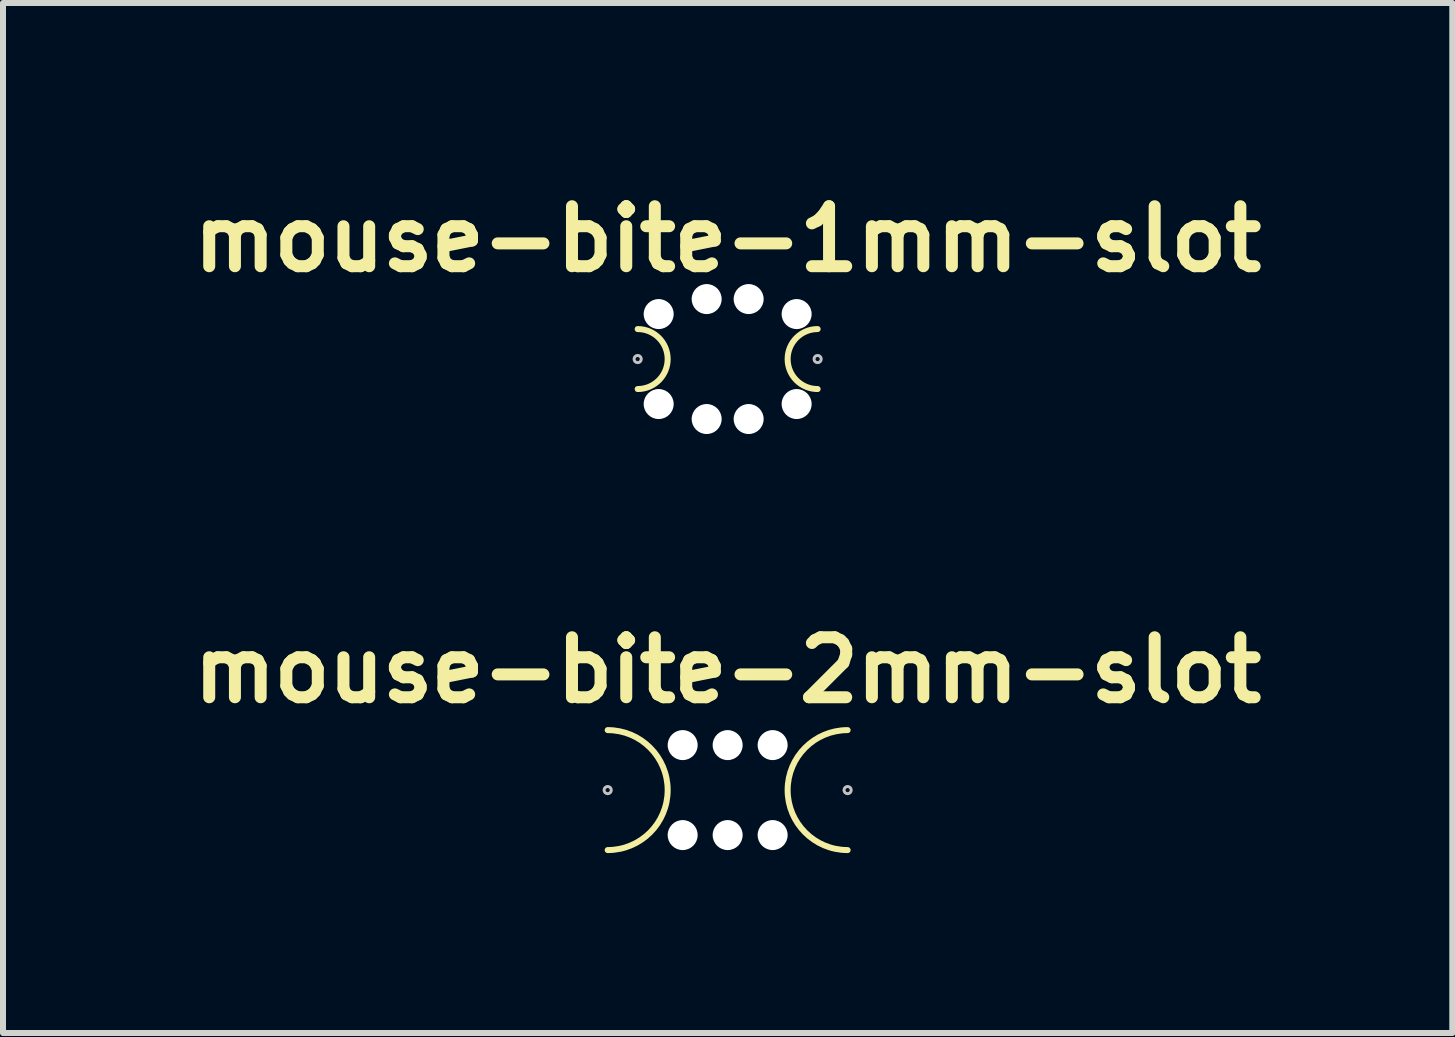
<source format=kicad_pcb>
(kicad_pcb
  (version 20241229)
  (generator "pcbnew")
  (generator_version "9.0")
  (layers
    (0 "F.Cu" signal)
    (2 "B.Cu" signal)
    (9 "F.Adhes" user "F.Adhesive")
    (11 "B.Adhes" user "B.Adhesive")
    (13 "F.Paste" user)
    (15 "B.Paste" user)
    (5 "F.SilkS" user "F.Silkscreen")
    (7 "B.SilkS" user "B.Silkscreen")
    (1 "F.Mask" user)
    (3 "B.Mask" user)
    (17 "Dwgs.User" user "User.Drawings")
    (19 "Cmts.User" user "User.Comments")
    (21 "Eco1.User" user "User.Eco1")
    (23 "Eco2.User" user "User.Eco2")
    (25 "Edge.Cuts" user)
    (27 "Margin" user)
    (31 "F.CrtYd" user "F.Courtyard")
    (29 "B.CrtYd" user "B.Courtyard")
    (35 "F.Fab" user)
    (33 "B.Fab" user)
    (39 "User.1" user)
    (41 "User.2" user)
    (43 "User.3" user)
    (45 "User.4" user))
  (footprint "mouse-bite-2mm-slot"
    (layer "F.Cu")
    (at 9.081 10.122)
    (property "Reference" "mouse-bite-2mm-slot" (at 0 -2 0) (layer "F.SilkS") (effects (font (size 1 1) (thickness 0.2))))
    (attr through_hole)
    (fp_arc (start -2 -1) (mid -1 0) (end -2 1) (stroke (width 0.1) (type solid)) (layer "F.SilkS"))
    (fp_arc (start 2 1) (mid 1 0) (end 2 -1) (stroke (width 0.1) (type solid)) (layer "F.SilkS"))
    (fp_circle (center -2 0) (end -2 -0.06) (stroke (width 0.05) (type solid)) (fill no) (layer "Dwgs.User"))
    (fp_circle (center 2 0) (end 2.06 0) (stroke (width 0.05) (type solid)) (fill no) (layer "Dwgs.User"))
    (fp_line (start -2 0) (end -2 0) (stroke (width 2) (type solid)) (layer "Eco1.User"))
    (fp_line (start 2 0) (end 2 0) (stroke (width 2) (type solid)) (layer "Eco1.User"))
    (pad "" np_thru_hole circle (at -0.75 -0.75) (size 0.5 0.5) (drill 0.5) (layers "*.Cu" "*.Mask"))
    (pad "" np_thru_hole circle (at -0.75 0.75) (size 0.5 0.5) (drill 0.5) (layers "*.Cu" "*.Mask"))
    (pad "" np_thru_hole circle (at 0 -0.75) (size 0.5 0.5) (drill 0.5) (layers "*.Cu" "*.Mask"))
    (pad "" np_thru_hole circle (at 0 0.75) (size 0.5 0.5) (drill 0.5) (layers "*.Cu" "*.Mask"))
    (pad "" np_thru_hole circle (at 0.75 -0.75) (size 0.5 0.5) (drill 0.5) (layers "*.Cu" "*.Mask"))
    (pad "" np_thru_hole circle (at 0.75 0.75) (size 0.5 0.5) (drill 0.5) (layers "*.Cu" "*.Mask")))
  (footprint "mouse-bite-1mm-slot"
    (layer "F.Cu")
    (at 9.081 2.936)
    (property "Reference" "mouse-bite-1mm-slot" (at 0 -2 0) (layer "F.SilkS") (effects (font (size 1 1) (thickness 0.2))))
    (attr through_hole)
    (fp_arc (start -1.5 -0.5) (mid -1 0) (end -1.5 0.5) (stroke (width 0.1) (type solid)) (layer "F.SilkS"))
    (fp_arc (start 1.5 0.5) (mid 1 0) (end 1.5 -0.5) (stroke (width 0.1) (type solid)) (layer "F.SilkS"))
    (fp_circle (center -1.5 0) (end -1.44 0) (stroke (width 0.05) (type solid)) (fill no) (layer "Dwgs.User"))
    (fp_circle (center 1.5 0) (end 1.56 0) (stroke (width 0.05) (type solid)) (fill no) (layer "Dwgs.User"))
    (fp_line (start -1.5 0) (end -1.5 0) (stroke (width 1) (type solid)) (layer "Eco1.User"))
    (fp_line (start 1.5 0) (end 1.5 0) (stroke (width 1) (type solid)) (layer "Eco1.User"))
    (pad "" np_thru_hole circle (at -1.15 -0.75) (size 0.5 0.5) (drill 0.5) (layers "*.Cu" "*.Mask"))
    (pad "" np_thru_hole circle (at -1.15 0.75) (size 0.5 0.5) (drill 0.5) (layers "*.Cu" "*.Mask"))
    (pad "" np_thru_hole circle (at -0.35 -1) (size 0.5 0.5) (drill 0.5) (layers "*.Cu" "*.Mask"))
    (pad "" np_thru_hole circle (at -0.35 1) (size 0.5 0.5) (drill 0.5) (layers "*.Cu" "*.Mask"))
    (pad "" np_thru_hole circle (at 0.35 -1) (size 0.5 0.5) (drill 0.5) (layers "*.Cu" "*.Mask"))
    (pad "" np_thru_hole circle (at 0.35 1) (size 0.5 0.5) (drill 0.5) (layers "*.Cu" "*.Mask"))
    (pad "" np_thru_hole circle (at 1.15 -0.75) (size 0.5 0.5) (drill 0.5) (layers "*.Cu" "*.Mask"))
    (pad "" np_thru_hole circle (at 1.15 0.75) (size 0.5 0.5) (drill 0.5) (layers "*.Cu" "*.Mask")))
  (gr_rect
    (start -3 -3)
    (end 21.162 14.172)
    (stroke (width 0.1) (type default))
    (fill no)
    (layer "Edge.Cuts")))
</source>
